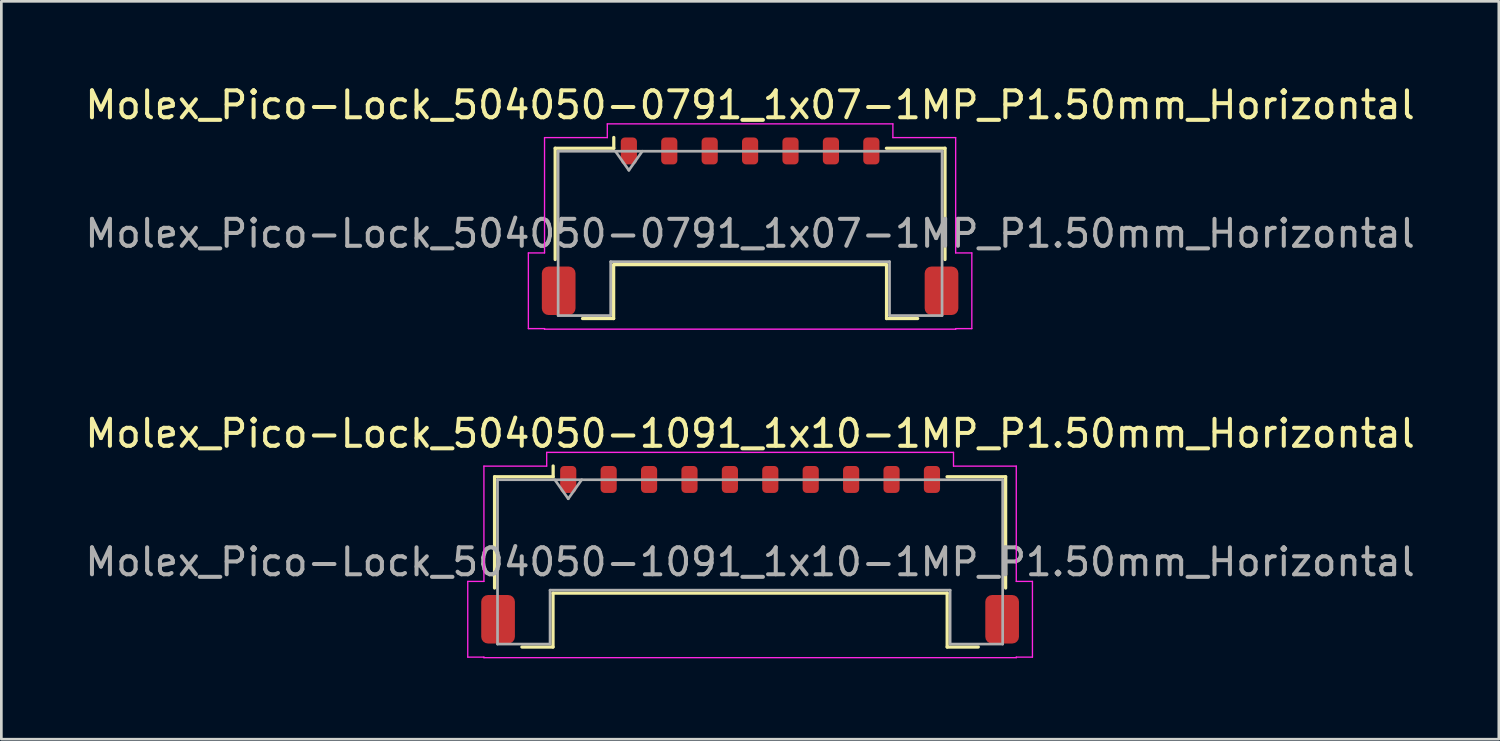
<source format=kicad_pcb>
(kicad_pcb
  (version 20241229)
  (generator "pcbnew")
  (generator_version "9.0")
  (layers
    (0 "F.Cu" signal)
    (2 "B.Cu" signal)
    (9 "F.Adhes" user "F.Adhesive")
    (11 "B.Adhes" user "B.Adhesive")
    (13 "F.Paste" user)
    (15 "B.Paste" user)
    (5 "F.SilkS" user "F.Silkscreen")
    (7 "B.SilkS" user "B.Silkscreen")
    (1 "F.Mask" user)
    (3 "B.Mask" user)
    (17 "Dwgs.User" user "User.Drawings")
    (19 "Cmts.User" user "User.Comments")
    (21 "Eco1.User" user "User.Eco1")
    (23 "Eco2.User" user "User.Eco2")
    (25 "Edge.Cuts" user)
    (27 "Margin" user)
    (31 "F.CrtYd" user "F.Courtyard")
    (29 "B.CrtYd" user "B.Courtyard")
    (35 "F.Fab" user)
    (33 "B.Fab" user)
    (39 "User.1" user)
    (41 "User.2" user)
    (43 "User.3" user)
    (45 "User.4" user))
  (footprint "Molex_Pico-Lock_504050-1091_1x10-1MP_P1.50mm_Horizontal"
    (layer "F.Cu")
    (at 24.792 17.541)
    (property "Reference" "Molex_Pico-Lock_504050-1091_1x10-1MP_P1.50mm_Horizontal" (at 0 -4.5 0) (layer "F.SilkS") (effects (font (size 1 1) (thickness 0.15))))
    (attr smd)
    (fp_line (start -9.485 -2.895) (end -7.31 -2.895) (stroke (width 0.12) (type solid)) (layer "F.SilkS"))
    (fp_line (start -9.485 1.235) (end -9.485 -2.895) (stroke (width 0.12) (type solid)) (layer "F.SilkS"))
    (fp_line (start -8.47 3.425) (end -7.315 3.425) (stroke (width 0.12) (type solid)) (layer "F.SilkS"))
    (fp_line (start -7.315 1.425) (end 7.315 1.425) (stroke (width 0.12) (type solid)) (layer "F.SilkS"))
    (fp_line (start -7.315 3.425) (end -7.315 1.425) (stroke (width 0.12) (type solid)) (layer "F.SilkS"))
    (fp_line (start -7.31 -2.895) (end -7.31 -3.295) (stroke (width 0.12) (type solid)) (layer "F.SilkS"))
    (fp_line (start 7.315 1.425) (end 7.315 3.425) (stroke (width 0.12) (type solid)) (layer "F.SilkS"))
    (fp_line (start 7.315 3.425) (end 8.47 3.425) (stroke (width 0.12) (type solid)) (layer "F.SilkS"))
    (fp_line (start 9.485 -2.895) (end 7.31 -2.895) (stroke (width 0.12) (type solid)) (layer "F.SilkS"))
    (fp_line (start 9.485 1.235) (end 9.485 -2.895) (stroke (width 0.12) (type solid)) (layer "F.SilkS"))
    (fp_line (start -10.48 0.99) (end -9.88 0.99) (stroke (width 0.05) (type solid)) (layer "F.CrtYd"))
    (fp_line (start -10.48 3.8) (end -10.48 0.99) (stroke (width 0.05) (type solid)) (layer "F.CrtYd"))
    (fp_line (start -9.88 -3.29) (end -7.55 -3.29) (stroke (width 0.05) (type solid)) (layer "F.CrtYd"))
    (fp_line (start -9.88 0.99) (end -9.88 -3.29) (stroke (width 0.05) (type solid)) (layer "F.CrtYd"))
    (fp_line (start -9.88 3.8) (end -10.48 3.8) (stroke (width 0.05) (type solid)) (layer "F.CrtYd"))
    (fp_line (start -9.88 3.82) (end -9.88 3.8) (stroke (width 0.05) (type solid)) (layer "F.CrtYd"))
    (fp_line (start -7.55 -3.8) (end 7.55 -3.8) (stroke (width 0.05) (type solid)) (layer "F.CrtYd"))
    (fp_line (start -7.55 -3.29) (end -7.55 -3.8) (stroke (width 0.05) (type solid)) (layer "F.CrtYd"))
    (fp_line (start 7.55 -3.8) (end 7.55 -3.29) (stroke (width 0.05) (type solid)) (layer "F.CrtYd"))
    (fp_line (start 7.55 -3.29) (end 9.88 -3.29) (stroke (width 0.05) (type solid)) (layer "F.CrtYd"))
    (fp_line (start 9.88 -3.29) (end 9.88 0.99) (stroke (width 0.05) (type solid)) (layer "F.CrtYd"))
    (fp_line (start 9.88 0.99) (end 10.48 0.99) (stroke (width 0.05) (type solid)) (layer "F.CrtYd"))
    (fp_line (start 9.88 3.8) (end 9.88 3.82) (stroke (width 0.05) (type solid)) (layer "F.CrtYd"))
    (fp_line (start 9.88 3.82) (end -9.88 3.82) (stroke (width 0.05) (type solid)) (layer "F.CrtYd"))
    (fp_line (start 10.48 0.99) (end 10.48 3.8) (stroke (width 0.05) (type solid)) (layer "F.CrtYd"))
    (fp_line (start 10.48 3.8) (end 9.88 3.8) (stroke (width 0.05) (type solid)) (layer "F.CrtYd"))
    (fp_line (start -9.375 -2.785) (end -9.375 3.315) (stroke (width 0.1) (type solid)) (layer "F.Fab"))
    (fp_line (start -9.375 -2.785) (end 9.375 -2.785) (stroke (width 0.1) (type solid)) (layer "F.Fab"))
    (fp_line (start -9.375 3.315) (end -7.425 3.315) (stroke (width 0.1) (type solid)) (layer "F.Fab"))
    (fp_line (start -7.425 1.315) (end 7.425 1.315) (stroke (width 0.1) (type solid)) (layer "F.Fab"))
    (fp_line (start -7.425 3.315) (end -7.425 1.315) (stroke (width 0.1) (type solid)) (layer "F.Fab"))
    (fp_line (start -7.25 -2.785) (end -6.75 -2.078) (stroke (width 0.1) (type solid)) (layer "F.Fab"))
    (fp_line (start -6.75 -2.078) (end -6.25 -2.785) (stroke (width 0.1) (type solid)) (layer "F.Fab"))
    (fp_line (start 7.425 1.315) (end 7.425 3.315) (stroke (width 0.1) (type solid)) (layer "F.Fab"))
    (fp_line (start 7.425 3.315) (end 9.375 3.315) (stroke (width 0.1) (type solid)) (layer "F.Fab"))
    (fp_line (start 9.375 -2.785) (end 9.375 3.315) (stroke (width 0.1) (type solid)) (layer "F.Fab"))
    (fp_text user "${REFERENCE}" (at 0 0.27 0) (layer "F.Fab") (effects (font (size 1 1) (thickness 0.15))))
    (pad "1" smd roundrect (at -6.75 -2.795) (size 0.6 1) (layers "F.Cu" "F.Mask" "F.Paste") (roundrect_rratio 0.25))
    (pad "2" smd roundrect (at -5.25 -2.795) (size 0.6 1) (layers "F.Cu" "F.Mask" "F.Paste") (roundrect_rratio 0.25))
    (pad "3" smd roundrect (at -3.75 -2.795) (size 0.6 1) (layers "F.Cu" "F.Mask" "F.Paste") (roundrect_rratio 0.25))
    (pad "4" smd roundrect (at -2.25 -2.795) (size 0.6 1) (layers "F.Cu" "F.Mask" "F.Paste") (roundrect_rratio 0.25))
    (pad "5" smd roundrect (at -0.75 -2.795) (size 0.6 1) (layers "F.Cu" "F.Mask" "F.Paste") (roundrect_rratio 0.25))
    (pad "6" smd roundrect (at 0.75 -2.795) (size 0.6 1) (layers "F.Cu" "F.Mask" "F.Paste") (roundrect_rratio 0.25))
    (pad "7" smd roundrect (at 2.25 -2.795) (size 0.6 1) (layers "F.Cu" "F.Mask" "F.Paste") (roundrect_rratio 0.25))
    (pad "8" smd roundrect (at 3.75 -2.795) (size 0.6 1) (layers "F.Cu" "F.Mask" "F.Paste") (roundrect_rratio 0.25))
    (pad "9" smd roundrect (at 5.25 -2.795) (size 0.6 1) (layers "F.Cu" "F.Mask" "F.Paste") (roundrect_rratio 0.25))
    (pad "10" smd roundrect (at 6.75 -2.795) (size 0.6 1) (layers "F.Cu" "F.Mask" "F.Paste") (roundrect_rratio 0.25))
    (pad "MP" smd roundrect (at -9.355 2.395) (size 1.25 1.8) (layers "F.Cu" "F.Mask" "F.Paste") (roundrect_rratio 0.2))
    (pad "MP" smd roundrect (at 9.355 2.395) (size 1.25 1.8) (layers "F.Cu" "F.Mask" "F.Paste") (roundrect_rratio 0.2)))
  (footprint "Molex_Pico-Lock_504050-0791_1x07-1MP_P1.50mm_Horizontal"
    (layer "F.Cu")
    (at 24.792 5.348)
    (property "Reference" "Molex_Pico-Lock_504050-0791_1x07-1MP_P1.50mm_Horizontal" (at 0 -4.5 0) (layer "F.SilkS") (effects (font (size 1 1) (thickness 0.15))))
    (attr smd)
    (fp_line (start -7.235 -2.895) (end -5.06 -2.895) (stroke (width 0.12) (type solid)) (layer "F.SilkS"))
    (fp_line (start -7.235 1.235) (end -7.235 -2.895) (stroke (width 0.12) (type solid)) (layer "F.SilkS"))
    (fp_line (start -6.22 3.425) (end -5.065 3.425) (stroke (width 0.12) (type solid)) (layer "F.SilkS"))
    (fp_line (start -5.065 1.425) (end 5.065 1.425) (stroke (width 0.12) (type solid)) (layer "F.SilkS"))
    (fp_line (start -5.065 3.425) (end -5.065 1.425) (stroke (width 0.12) (type solid)) (layer "F.SilkS"))
    (fp_line (start -5.06 -2.895) (end -5.06 -3.295) (stroke (width 0.12) (type solid)) (layer "F.SilkS"))
    (fp_line (start 5.065 1.425) (end 5.065 3.425) (stroke (width 0.12) (type solid)) (layer "F.SilkS"))
    (fp_line (start 5.065 3.425) (end 6.22 3.425) (stroke (width 0.12) (type solid)) (layer "F.SilkS"))
    (fp_line (start 7.235 -2.895) (end 5.06 -2.895) (stroke (width 0.12) (type solid)) (layer "F.SilkS"))
    (fp_line (start 7.235 1.235) (end 7.235 -2.895) (stroke (width 0.12) (type solid)) (layer "F.SilkS"))
    (fp_line (start -8.23 0.99) (end -7.63 0.99) (stroke (width 0.05) (type solid)) (layer "F.CrtYd"))
    (fp_line (start -8.23 3.8) (end -8.23 0.99) (stroke (width 0.05) (type solid)) (layer "F.CrtYd"))
    (fp_line (start -7.63 -3.29) (end -5.3 -3.29) (stroke (width 0.05) (type solid)) (layer "F.CrtYd"))
    (fp_line (start -7.63 0.99) (end -7.63 -3.29) (stroke (width 0.05) (type solid)) (layer "F.CrtYd"))
    (fp_line (start -7.63 3.8) (end -8.23 3.8) (stroke (width 0.05) (type solid)) (layer "F.CrtYd"))
    (fp_line (start -7.63 3.82) (end -7.63 3.8) (stroke (width 0.05) (type solid)) (layer "F.CrtYd"))
    (fp_line (start -5.3 -3.8) (end 5.3 -3.8) (stroke (width 0.05) (type solid)) (layer "F.CrtYd"))
    (fp_line (start -5.3 -3.29) (end -5.3 -3.8) (stroke (width 0.05) (type solid)) (layer "F.CrtYd"))
    (fp_line (start 5.3 -3.8) (end 5.3 -3.29) (stroke (width 0.05) (type solid)) (layer "F.CrtYd"))
    (fp_line (start 5.3 -3.29) (end 7.63 -3.29) (stroke (width 0.05) (type solid)) (layer "F.CrtYd"))
    (fp_line (start 7.63 -3.29) (end 7.63 0.99) (stroke (width 0.05) (type solid)) (layer "F.CrtYd"))
    (fp_line (start 7.63 0.99) (end 8.23 0.99) (stroke (width 0.05) (type solid)) (layer "F.CrtYd"))
    (fp_line (start 7.63 3.8) (end 7.63 3.82) (stroke (width 0.05) (type solid)) (layer "F.CrtYd"))
    (fp_line (start 7.63 3.82) (end -7.63 3.82) (stroke (width 0.05) (type solid)) (layer "F.CrtYd"))
    (fp_line (start 8.23 0.99) (end 8.23 3.8) (stroke (width 0.05) (type solid)) (layer "F.CrtYd"))
    (fp_line (start 8.23 3.8) (end 7.63 3.8) (stroke (width 0.05) (type solid)) (layer "F.CrtYd"))
    (fp_line (start -7.125 -2.785) (end -7.125 3.315) (stroke (width 0.1) (type solid)) (layer "F.Fab"))
    (fp_line (start -7.125 -2.785) (end 7.125 -2.785) (stroke (width 0.1) (type solid)) (layer "F.Fab"))
    (fp_line (start -7.125 3.315) (end -5.175 3.315) (stroke (width 0.1) (type solid)) (layer "F.Fab"))
    (fp_line (start -5.175 1.315) (end 5.175 1.315) (stroke (width 0.1) (type solid)) (layer "F.Fab"))
    (fp_line (start -5.175 3.315) (end -5.175 1.315) (stroke (width 0.1) (type solid)) (layer "F.Fab"))
    (fp_line (start -5 -2.785) (end -4.5 -2.078) (stroke (width 0.1) (type solid)) (layer "F.Fab"))
    (fp_line (start -4.5 -2.078) (end -4 -2.785) (stroke (width 0.1) (type solid)) (layer "F.Fab"))
    (fp_line (start 5.175 1.315) (end 5.175 3.315) (stroke (width 0.1) (type solid)) (layer "F.Fab"))
    (fp_line (start 5.175 3.315) (end 7.125 3.315) (stroke (width 0.1) (type solid)) (layer "F.Fab"))
    (fp_line (start 7.125 -2.785) (end 7.125 3.315) (stroke (width 0.1) (type solid)) (layer "F.Fab"))
    (fp_text user "${REFERENCE}" (at 0 0.27 0) (layer "F.Fab") (effects (font (size 1 1) (thickness 0.15))))
    (pad "1" smd roundrect (at -4.5 -2.795) (size 0.6 1) (layers "F.Cu" "F.Mask" "F.Paste") (roundrect_rratio 0.25))
    (pad "2" smd roundrect (at -3 -2.795) (size 0.6 1) (layers "F.Cu" "F.Mask" "F.Paste") (roundrect_rratio 0.25))
    (pad "3" smd roundrect (at -1.5 -2.795) (size 0.6 1) (layers "F.Cu" "F.Mask" "F.Paste") (roundrect_rratio 0.25))
    (pad "4" smd roundrect (at 0 -2.795) (size 0.6 1) (layers "F.Cu" "F.Mask" "F.Paste") (roundrect_rratio 0.25))
    (pad "5" smd roundrect (at 1.5 -2.795) (size 0.6 1) (layers "F.Cu" "F.Mask" "F.Paste") (roundrect_rratio 0.25))
    (pad "6" smd roundrect (at 3 -2.795) (size 0.6 1) (layers "F.Cu" "F.Mask" "F.Paste") (roundrect_rratio 0.25))
    (pad "7" smd roundrect (at 4.5 -2.795) (size 0.6 1) (layers "F.Cu" "F.Mask" "F.Paste") (roundrect_rratio 0.25))
    (pad "MP" smd roundrect (at -7.105 2.395) (size 1.25 1.8) (layers "F.Cu" "F.Mask" "F.Paste") (roundrect_rratio 0.2))
    (pad "MP" smd roundrect (at 7.105 2.395) (size 1.25 1.8) (layers "F.Cu" "F.Mask" "F.Paste") (roundrect_rratio 0.2)))
  (gr_rect
    (start -3 -3)
    (end 52.583 24.387)
    (stroke (width 0.1) (type default))
    (fill no)
    (layer "Edge.Cuts")))
</source>
